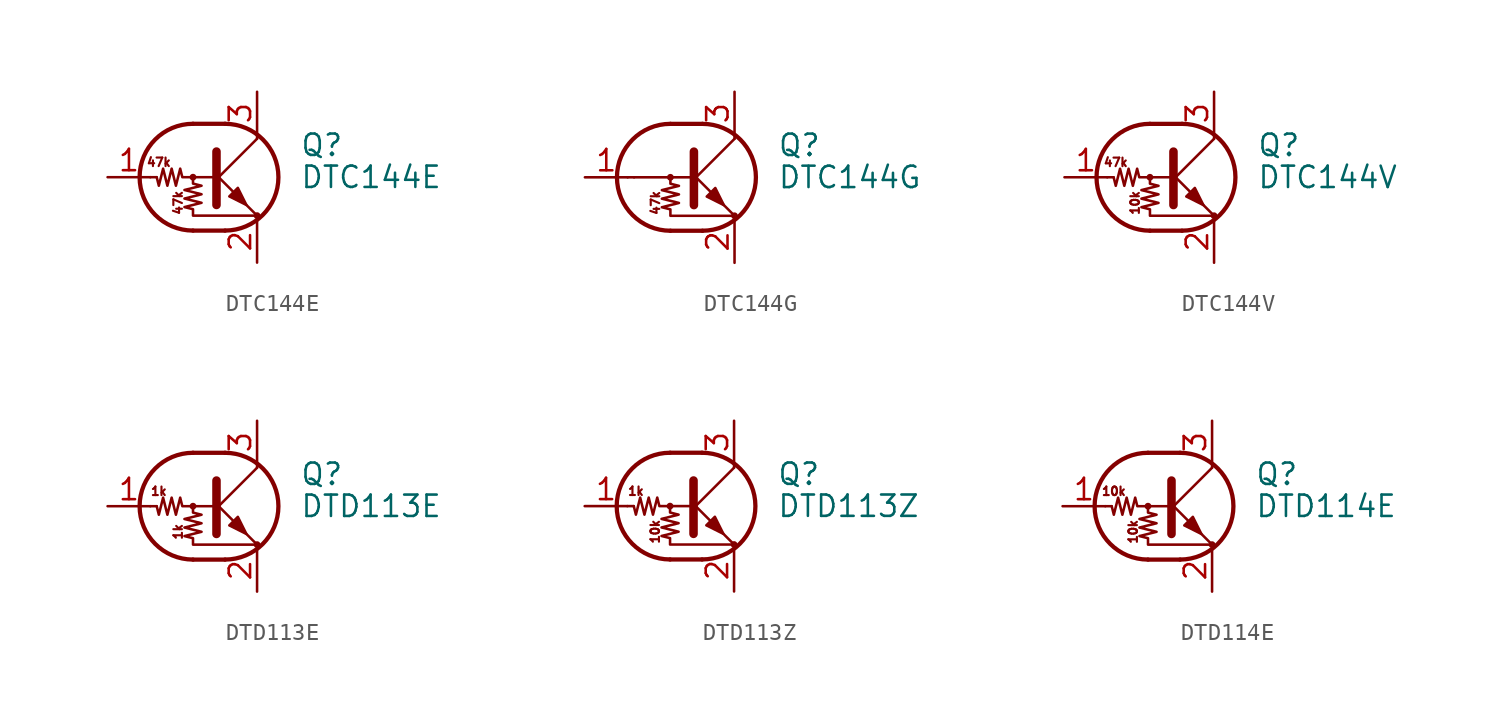
<source format=kicad_sym>
(kicad_symbol_lib
  (version 20211014)
  (generator kicad_symbol_editor)
  (symbol "DTC144E"
    (pin_names
      (offset 0) hide)
    (property "Reference" "Q"
      (at 5.08 1.905 0)
      (effects (font (size 1.27 1.27)) (justify left)))
    (property "Value" "DTC144E"
      (at 5.08 0 0)
      (effects (font (size 1.27 1.27)) (justify left)))
    (symbol "DTC144E_0_0"
      (text "47k" (at -3.302 0.889 0) (effects (font (size 0.508 0.508))))
      (text "47k" (at -2.159 -1.524 900) (effects (font (size 0.508 0.508)))))
    (symbol "DTC144E_0_1"
      (circle (center -1.27 0) (radius 0.127) (stroke (width 0) (type default) (color 0 0 0 0)) (fill (type none)))
      (arc (start -1.27 3.175) (mid -4.445 0) (end -1.27 -3.175) (stroke (width 0.254) (type default) (color 0 0 0 0)) (fill (type none)))
      (polyline (pts (xy -3.429 0) (xy -3.81 0)) (stroke (width 0) (type default) (color 0 0 0 0)) (fill (type none)))
      (polyline (pts (xy -1.27 -3.175) (xy 0.635 -3.175)) (stroke (width 0.254) (type default) (color 0 0 0 0)) (fill (type none)))
      (polyline (pts (xy -1.27 3.175) (xy 0.635 3.175)) (stroke (width 0.254) (type default) (color 0 0 0 0)) (fill (type none)))
      (polyline (pts (xy 0 -0.254) (xy 2.54 2.286)) (stroke (width 0) (type default) (color 0 0 0 0)) (fill (type none)))
      (polyline (pts (xy 0.127 1.524) (xy 0.127 -1.651)) (stroke (width 0.508) (type default) (color 0 0 0 0)) (fill (type outline)))
      (polyline (pts (xy 2.54 2.286) (xy 2.54 2.54)) (stroke (width 0) (type default) (color 0 0 0 0)) (fill (type none)))
      (polyline (pts (xy 2.54 -2.286) (xy 0 0.254) (xy 0 0.254)) (stroke (width 0) (type default) (color 0 0 0 0)) (fill (type none)))
      (polyline (pts (xy 0.889 -1.143) (xy 1.397 -0.635) (xy 1.905 -1.651) (xy 0.889 -1.143)) (stroke (width 0) (type default) (color 0 0 0 0)) (fill (type outline)))
      (polyline (pts (xy 0 0) (xy -1.905 0) (xy -2.032 0.508) (xy -2.286 -0.508) (xy -2.54 0.508) (xy -2.794 -0.508) (xy -3.048 0.508) (xy -3.302 -0.508) (xy -3.429 0)) (stroke (width 0) (type default) (color 0 0 0 0)) (fill (type none)))
      (polyline (pts (xy -1.27 0) (xy -1.27 -0.381) (xy -0.762 -0.508) (xy -1.778 -0.762) (xy -0.762 -1.016) (xy -1.778 -1.27) (xy -0.762 -1.524) (xy -1.778 -1.778) (xy -1.27 -1.905) (xy -1.27 -2.286) (xy 2.54 -2.286)) (stroke (width 0) (type default) (color 0 0 0 0)) (fill (type none)))
      (arc (start 0.635 -3.175) (mid 3.81 0) (end 0.635 3.175) (stroke (width 0.254) (type default) (color 0 0 0 0)) (fill (type none)))
      (circle (center 2.54 -2.286) (radius 0.127) (stroke (width 0) (type default) (color 0 0 0 0)) (fill (type none))))
    (symbol "DTC144E_1_1"
      (pin input line (at -6.35 0 0) (length 2.54) (name "B" (effects (font (size 1.27 1.27)))) (number "1" (effects (font (size 1.27 1.27)))))
      (pin passive line (at 2.54 -5.08 90) (length 2.54) (name "E" (effects (font (size 1.27 1.27)))) (number "2" (effects (font (size 1.27 1.27)))))
      (pin passive line (at 2.54 5.08 270) (length 2.54) (name "C" (effects (font (size 1.27 1.27)))) (number "3" (effects (font (size 1.27 1.27)))))))
  (symbol "DTC144G"
    (pin_names
      (offset 0) hide)
    (property "Reference" "Q"
      (at 5.08 1.905 0)
      (effects (font (size 1.27 1.27)) (justify left)))
    (property "Value" "DTC144G"
      (at 5.08 0 0)
      (effects (font (size 1.27 1.27)) (justify left)))
    (symbol "DTC144G_0_0"
      (polyline (pts (xy -3.429 0) (xy 0 0)) (stroke (width 0) (type default) (color 0 0 0 0)) (fill (type none)))
      (text "47k" (at -2.159 -1.524 900) (effects (font (size 0.508 0.508)))))
    (symbol "DTC144G_0_1"
      (circle (center -1.27 0) (radius 0.127) (stroke (width 0) (type default) (color 0 0 0 0)) (fill (type none)))
      (arc (start -1.27 3.175) (mid -4.445 0) (end -1.27 -3.175) (stroke (width 0.254) (type default) (color 0 0 0 0)) (fill (type none)))
      (polyline (pts (xy -3.429 0) (xy -3.81 0)) (stroke (width 0) (type default) (color 0 0 0 0)) (fill (type none)))
      (polyline (pts (xy -1.27 -3.175) (xy 0.635 -3.175)) (stroke (width 0.254) (type default) (color 0 0 0 0)) (fill (type none)))
      (polyline (pts (xy -1.27 3.175) (xy 0.635 3.175)) (stroke (width 0.254) (type default) (color 0 0 0 0)) (fill (type none)))
      (polyline (pts (xy 0 -0.254) (xy 2.54 2.286)) (stroke (width 0) (type default) (color 0 0 0 0)) (fill (type none)))
      (polyline (pts (xy 0.127 1.524) (xy 0.127 -1.651)) (stroke (width 0.508) (type default) (color 0 0 0 0)) (fill (type outline)))
      (polyline (pts (xy 2.54 2.286) (xy 2.54 2.54)) (stroke (width 0) (type default) (color 0 0 0 0)) (fill (type none)))
      (polyline (pts (xy 2.54 -2.286) (xy 0 0.254) (xy 0 0.254)) (stroke (width 0) (type default) (color 0 0 0 0)) (fill (type none)))
      (polyline (pts (xy 0.889 -1.143) (xy 1.397 -0.635) (xy 1.905 -1.651) (xy 0.889 -1.143)) (stroke (width 0) (type default) (color 0 0 0 0)) (fill (type outline)))
      (polyline (pts (xy -1.27 0) (xy -1.27 -0.381) (xy -0.762 -0.508) (xy -1.778 -0.762) (xy -0.762 -1.016) (xy -1.778 -1.27) (xy -0.762 -1.524) (xy -1.778 -1.778) (xy -1.27 -1.905) (xy -1.27 -2.286) (xy 2.54 -2.286)) (stroke (width 0) (type default) (color 0 0 0 0)) (fill (type none)))
      (arc (start 0.635 -3.175) (mid 3.81 0) (end 0.635 3.175) (stroke (width 0.254) (type default) (color 0 0 0 0)) (fill (type none)))
      (circle (center 2.54 -2.286) (radius 0.127) (stroke (width 0) (type default) (color 0 0 0 0)) (fill (type none))))
    (symbol "DTC144G_1_1"
      (pin input line (at -6.35 0 0) (length 2.54) (name "B" (effects (font (size 1.27 1.27)))) (number "1" (effects (font (size 1.27 1.27)))))
      (pin passive line (at 2.54 -5.08 90) (length 2.54) (name "E" (effects (font (size 1.27 1.27)))) (number "2" (effects (font (size 1.27 1.27)))))
      (pin passive line (at 2.54 5.08 270) (length 2.54) (name "C" (effects (font (size 1.27 1.27)))) (number "3" (effects (font (size 1.27 1.27)))))))
  (symbol "DTC144V"
    (pin_names
      (offset 0) hide)
    (property "Reference" "Q"
      (at 5.08 1.905 0)
      (effects (font (size 1.27 1.27)) (justify left)))
    (property "Value" "DTC144V"
      (at 5.08 0 0)
      (effects (font (size 1.27 1.27)) (justify left)))
    (symbol "DTC144V_0_0"
      (text "10k" (at -2.159 -1.524 900) (effects (font (size 0.508 0.508))))
      (text "47k" (at -3.302 0.889 0) (effects (font (size 0.508 0.508)))))
    (symbol "DTC144V_0_1"
      (circle (center -1.27 0) (radius 0.127) (stroke (width 0) (type default) (color 0 0 0 0)) (fill (type none)))
      (arc (start -1.27 3.175) (mid -4.445 0) (end -1.27 -3.175) (stroke (width 0.254) (type default) (color 0 0 0 0)) (fill (type none)))
      (polyline (pts (xy -3.429 0) (xy -3.81 0)) (stroke (width 0) (type default) (color 0 0 0 0)) (fill (type none)))
      (polyline (pts (xy -1.27 -3.175) (xy 0.635 -3.175)) (stroke (width 0.254) (type default) (color 0 0 0 0)) (fill (type none)))
      (polyline (pts (xy -1.27 3.175) (xy 0.635 3.175)) (stroke (width 0.254) (type default) (color 0 0 0 0)) (fill (type none)))
      (polyline (pts (xy 0 -0.254) (xy 2.54 2.286)) (stroke (width 0) (type default) (color 0 0 0 0)) (fill (type none)))
      (polyline (pts (xy 0.127 1.524) (xy 0.127 -1.651)) (stroke (width 0.508) (type default) (color 0 0 0 0)) (fill (type outline)))
      (polyline (pts (xy 2.54 2.286) (xy 2.54 2.54)) (stroke (width 0) (type default) (color 0 0 0 0)) (fill (type none)))
      (polyline (pts (xy 2.54 -2.286) (xy 0 0.254) (xy 0 0.254)) (stroke (width 0) (type default) (color 0 0 0 0)) (fill (type none)))
      (polyline (pts (xy 0.889 -1.143) (xy 1.397 -0.635) (xy 1.905 -1.651) (xy 0.889 -1.143)) (stroke (width 0) (type default) (color 0 0 0 0)) (fill (type outline)))
      (polyline (pts (xy 0 0) (xy -1.905 0) (xy -2.032 0.508) (xy -2.286 -0.508) (xy -2.54 0.508) (xy -2.794 -0.508) (xy -3.048 0.508) (xy -3.302 -0.508) (xy -3.429 0)) (stroke (width 0) (type default) (color 0 0 0 0)) (fill (type none)))
      (polyline (pts (xy -1.27 0) (xy -1.27 -0.381) (xy -0.762 -0.508) (xy -1.778 -0.762) (xy -0.762 -1.016) (xy -1.778 -1.27) (xy -0.762 -1.524) (xy -1.778 -1.778) (xy -1.27 -1.905) (xy -1.27 -2.286) (xy 2.54 -2.286)) (stroke (width 0) (type default) (color 0 0 0 0)) (fill (type none)))
      (arc (start 0.635 -3.175) (mid 3.81 0) (end 0.635 3.175) (stroke (width 0.254) (type default) (color 0 0 0 0)) (fill (type none)))
      (circle (center 2.54 -2.286) (radius 0.127) (stroke (width 0) (type default) (color 0 0 0 0)) (fill (type none))))
    (symbol "DTC144V_1_1"
      (pin input line (at -6.35 0 0) (length 2.54) (name "B" (effects (font (size 1.27 1.27)))) (number "1" (effects (font (size 1.27 1.27)))))
      (pin passive line (at 2.54 -5.08 90) (length 2.54) (name "E" (effects (font (size 1.27 1.27)))) (number "2" (effects (font (size 1.27 1.27)))))
      (pin passive line (at 2.54 5.08 270) (length 2.54) (name "C" (effects (font (size 1.27 1.27)))) (number "3" (effects (font (size 1.27 1.27)))))))
  (symbol "DTD113E"
    (pin_names
      (offset 0) hide)
    (property "Reference" "Q"
      (at 5.08 1.905 0)
      (effects (font (size 1.27 1.27)) (justify left)))
    (property "Value" "DTD113E"
      (at 5.08 0 0)
      (effects (font (size 1.27 1.27)) (justify left)))
    (symbol "DTD113E_0_0"
      (text "1k" (at -3.302 0.889 0) (effects (font (size 0.508 0.508))))
      (text "1k" (at -2.159 -1.524 900) (effects (font (size 0.508 0.508)))))
    (symbol "DTD113E_0_1"
      (circle (center -1.27 0) (radius 0.127) (stroke (width 0) (type default) (color 0 0 0 0)) (fill (type none)))
      (arc (start -1.27 3.175) (mid -4.445 0) (end -1.27 -3.175) (stroke (width 0.254) (type default) (color 0 0 0 0)) (fill (type none)))
      (polyline (pts (xy -3.429 0) (xy -3.81 0)) (stroke (width 0) (type default) (color 0 0 0 0)) (fill (type none)))
      (polyline (pts (xy -1.27 -3.175) (xy 0.635 -3.175)) (stroke (width 0.254) (type default) (color 0 0 0 0)) (fill (type none)))
      (polyline (pts (xy -1.27 3.175) (xy 0.635 3.175)) (stroke (width 0.254) (type default) (color 0 0 0 0)) (fill (type none)))
      (polyline (pts (xy 0 -0.254) (xy 2.54 2.286)) (stroke (width 0) (type default) (color 0 0 0 0)) (fill (type none)))
      (polyline (pts (xy 0.127 1.524) (xy 0.127 -1.651)) (stroke (width 0.508) (type default) (color 0 0 0 0)) (fill (type outline)))
      (polyline (pts (xy 2.54 2.286) (xy 2.54 2.54)) (stroke (width 0) (type default) (color 0 0 0 0)) (fill (type none)))
      (polyline (pts (xy 2.54 -2.286) (xy 0 0.254) (xy 0 0.254)) (stroke (width 0) (type default) (color 0 0 0 0)) (fill (type none)))
      (polyline (pts (xy 0.889 -1.143) (xy 1.397 -0.635) (xy 1.905 -1.651) (xy 0.889 -1.143)) (stroke (width 0) (type default) (color 0 0 0 0)) (fill (type outline)))
      (polyline (pts (xy 0 0) (xy -1.905 0) (xy -2.032 0.508) (xy -2.286 -0.508) (xy -2.54 0.508) (xy -2.794 -0.508) (xy -3.048 0.508) (xy -3.302 -0.508) (xy -3.429 0)) (stroke (width 0) (type default) (color 0 0 0 0)) (fill (type none)))
      (polyline (pts (xy -1.27 0) (xy -1.27 -0.381) (xy -0.762 -0.508) (xy -1.778 -0.762) (xy -0.762 -1.016) (xy -1.778 -1.27) (xy -0.762 -1.524) (xy -1.778 -1.778) (xy -1.27 -1.905) (xy -1.27 -2.286) (xy 2.54 -2.286)) (stroke (width 0) (type default) (color 0 0 0 0)) (fill (type none)))
      (arc (start 0.635 -3.175) (mid 3.81 0) (end 0.635 3.175) (stroke (width 0.254) (type default) (color 0 0 0 0)) (fill (type none)))
      (circle (center 2.54 -2.286) (radius 0.127) (stroke (width 0) (type default) (color 0 0 0 0)) (fill (type none))))
    (symbol "DTD113E_1_1"
      (pin input line (at -6.35 0 0) (length 2.54) (name "B" (effects (font (size 1.27 1.27)))) (number "1" (effects (font (size 1.27 1.27)))))
      (pin passive line (at 2.54 -5.08 90) (length 2.54) (name "E" (effects (font (size 1.27 1.27)))) (number "2" (effects (font (size 1.27 1.27)))))
      (pin passive line (at 2.54 5.08 270) (length 2.54) (name "C" (effects (font (size 1.27 1.27)))) (number "3" (effects (font (size 1.27 1.27)))))))
  (symbol "DTD113Z"
    (pin_names
      (offset 0) hide)
    (property "Reference" "Q"
      (at 5.08 1.905 0)
      (effects (font (size 1.27 1.27)) (justify left)))
    (property "Value" "DTD113Z"
      (at 5.08 0 0)
      (effects (font (size 1.27 1.27)) (justify left)))
    (symbol "DTD113Z_0_0"
      (text "10k" (at -2.159 -1.524 900) (effects (font (size 0.508 0.508))))
      (text "1k" (at -3.302 0.889 0) (effects (font (size 0.508 0.508)))))
    (symbol "DTD113Z_0_1"
      (circle (center -1.27 0) (radius 0.127) (stroke (width 0) (type default) (color 0 0 0 0)) (fill (type none)))
      (arc (start -1.27 3.175) (mid -4.445 0) (end -1.27 -3.175) (stroke (width 0.254) (type default) (color 0 0 0 0)) (fill (type none)))
      (polyline (pts (xy -3.429 0) (xy -3.81 0)) (stroke (width 0) (type default) (color 0 0 0 0)) (fill (type none)))
      (polyline (pts (xy -1.27 -3.175) (xy 0.635 -3.175)) (stroke (width 0.254) (type default) (color 0 0 0 0)) (fill (type none)))
      (polyline (pts (xy -1.27 3.175) (xy 0.635 3.175)) (stroke (width 0.254) (type default) (color 0 0 0 0)) (fill (type none)))
      (polyline (pts (xy 0 -0.254) (xy 2.54 2.286)) (stroke (width 0) (type default) (color 0 0 0 0)) (fill (type none)))
      (polyline (pts (xy 0.127 1.524) (xy 0.127 -1.651)) (stroke (width 0.508) (type default) (color 0 0 0 0)) (fill (type outline)))
      (polyline (pts (xy 2.54 2.286) (xy 2.54 2.54)) (stroke (width 0) (type default) (color 0 0 0 0)) (fill (type none)))
      (polyline (pts (xy 2.54 -2.286) (xy 0 0.254) (xy 0 0.254)) (stroke (width 0) (type default) (color 0 0 0 0)) (fill (type none)))
      (polyline (pts (xy 0.889 -1.143) (xy 1.397 -0.635) (xy 1.905 -1.651) (xy 0.889 -1.143)) (stroke (width 0) (type default) (color 0 0 0 0)) (fill (type outline)))
      (polyline (pts (xy 0 0) (xy -1.905 0) (xy -2.032 0.508) (xy -2.286 -0.508) (xy -2.54 0.508) (xy -2.794 -0.508) (xy -3.048 0.508) (xy -3.302 -0.508) (xy -3.429 0)) (stroke (width 0) (type default) (color 0 0 0 0)) (fill (type none)))
      (polyline (pts (xy -1.27 0) (xy -1.27 -0.381) (xy -0.762 -0.508) (xy -1.778 -0.762) (xy -0.762 -1.016) (xy -1.778 -1.27) (xy -0.762 -1.524) (xy -1.778 -1.778) (xy -1.27 -1.905) (xy -1.27 -2.286) (xy 2.54 -2.286)) (stroke (width 0) (type default) (color 0 0 0 0)) (fill (type none)))
      (arc (start 0.635 -3.175) (mid 3.81 0) (end 0.635 3.175) (stroke (width 0.254) (type default) (color 0 0 0 0)) (fill (type none)))
      (circle (center 2.54 -2.286) (radius 0.127) (stroke (width 0) (type default) (color 0 0 0 0)) (fill (type none))))
    (symbol "DTD113Z_1_1"
      (pin input line (at -6.35 0 0) (length 2.54) (name "B" (effects (font (size 1.27 1.27)))) (number "1" (effects (font (size 1.27 1.27)))))
      (pin passive line (at 2.54 -5.08 90) (length 2.54) (name "E" (effects (font (size 1.27 1.27)))) (number "2" (effects (font (size 1.27 1.27)))))
      (pin passive line (at 2.54 5.08 270) (length 2.54) (name "C" (effects (font (size 1.27 1.27)))) (number "3" (effects (font (size 1.27 1.27)))))))
  (symbol "DTD114E"
    (pin_names
      (offset 0) hide)
    (property "Reference" "Q"
      (at 5.08 1.905 0)
      (effects (font (size 1.27 1.27)) (justify left)))
    (property "Value" "DTD114E"
      (at 5.08 0 0)
      (effects (font (size 1.27 1.27)) (justify left)))
    (symbol "DTD114E_0_0"
      (text "10k" (at -3.302 0.889 0) (effects (font (size 0.508 0.508))))
      (text "10k" (at -2.159 -1.524 900) (effects (font (size 0.508 0.508)))))
    (symbol "DTD114E_0_1"
      (circle (center -1.27 0) (radius 0.127) (stroke (width 0) (type default) (color 0 0 0 0)) (fill (type none)))
      (arc (start -1.27 3.175) (mid -4.445 0) (end -1.27 -3.175) (stroke (width 0.254) (type default) (color 0 0 0 0)) (fill (type none)))
      (polyline (pts (xy -3.429 0) (xy -3.81 0)) (stroke (width 0) (type default) (color 0 0 0 0)) (fill (type none)))
      (polyline (pts (xy -1.27 -3.175) (xy 0.635 -3.175)) (stroke (width 0.254) (type default) (color 0 0 0 0)) (fill (type none)))
      (polyline (pts (xy -1.27 3.175) (xy 0.635 3.175)) (stroke (width 0.254) (type default) (color 0 0 0 0)) (fill (type none)))
      (polyline (pts (xy 0 -0.254) (xy 2.54 2.286)) (stroke (width 0) (type default) (color 0 0 0 0)) (fill (type none)))
      (polyline (pts (xy 0.127 1.524) (xy 0.127 -1.651)) (stroke (width 0.508) (type default) (color 0 0 0 0)) (fill (type outline)))
      (polyline (pts (xy 2.54 2.286) (xy 2.54 2.54)) (stroke (width 0) (type default) (color 0 0 0 0)) (fill (type none)))
      (polyline (pts (xy 2.54 -2.286) (xy 0 0.254) (xy 0 0.254)) (stroke (width 0) (type default) (color 0 0 0 0)) (fill (type none)))
      (polyline (pts (xy 0.889 -1.143) (xy 1.397 -0.635) (xy 1.905 -1.651) (xy 0.889 -1.143)) (stroke (width 0) (type default) (color 0 0 0 0)) (fill (type outline)))
      (polyline (pts (xy 0 0) (xy -1.905 0) (xy -2.032 0.508) (xy -2.286 -0.508) (xy -2.54 0.508) (xy -2.794 -0.508) (xy -3.048 0.508) (xy -3.302 -0.508) (xy -3.429 0)) (stroke (width 0) (type default) (color 0 0 0 0)) (fill (type none)))
      (polyline (pts (xy -1.27 0) (xy -1.27 -0.381) (xy -0.762 -0.508) (xy -1.778 -0.762) (xy -0.762 -1.016) (xy -1.778 -1.27) (xy -0.762 -1.524) (xy -1.778 -1.778) (xy -1.27 -1.905) (xy -1.27 -2.286) (xy 2.54 -2.286)) (stroke (width 0) (type default) (color 0 0 0 0)) (fill (type none)))
      (arc (start 0.635 -3.175) (mid 3.81 0) (end 0.635 3.175) (stroke (width 0.254) (type default) (color 0 0 0 0)) (fill (type none)))
      (circle (center 2.54 -2.286) (radius 0.127) (stroke (width 0) (type default) (color 0 0 0 0)) (fill (type none))))
    (symbol "DTD114E_1_1"
      (pin input line (at -6.35 0 0) (length 2.54) (name "B" (effects (font (size 1.27 1.27)))) (number "1" (effects (font (size 1.27 1.27)))))
      (pin passive line (at 2.54 -5.08 90) (length 2.54) (name "E" (effects (font (size 1.27 1.27)))) (number "2" (effects (font (size 1.27 1.27)))))
      (pin passive line (at 2.54 5.08 270) (length 2.54) (name "C" (effects (font (size 1.27 1.27)))) (number "3" (effects (font (size 1.27 1.27))))))))
</source>
